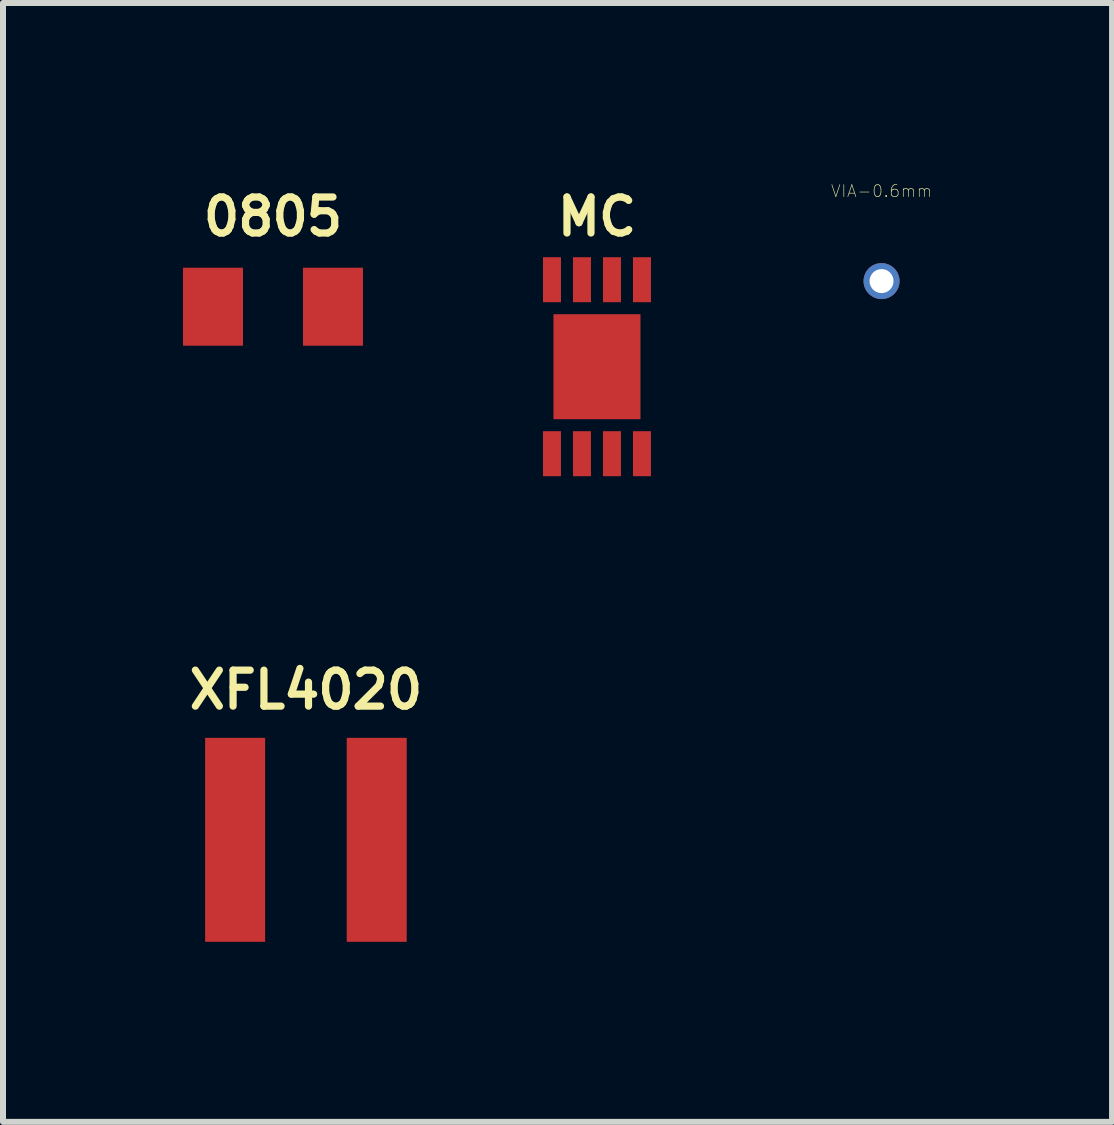
<source format=kicad_pcb>
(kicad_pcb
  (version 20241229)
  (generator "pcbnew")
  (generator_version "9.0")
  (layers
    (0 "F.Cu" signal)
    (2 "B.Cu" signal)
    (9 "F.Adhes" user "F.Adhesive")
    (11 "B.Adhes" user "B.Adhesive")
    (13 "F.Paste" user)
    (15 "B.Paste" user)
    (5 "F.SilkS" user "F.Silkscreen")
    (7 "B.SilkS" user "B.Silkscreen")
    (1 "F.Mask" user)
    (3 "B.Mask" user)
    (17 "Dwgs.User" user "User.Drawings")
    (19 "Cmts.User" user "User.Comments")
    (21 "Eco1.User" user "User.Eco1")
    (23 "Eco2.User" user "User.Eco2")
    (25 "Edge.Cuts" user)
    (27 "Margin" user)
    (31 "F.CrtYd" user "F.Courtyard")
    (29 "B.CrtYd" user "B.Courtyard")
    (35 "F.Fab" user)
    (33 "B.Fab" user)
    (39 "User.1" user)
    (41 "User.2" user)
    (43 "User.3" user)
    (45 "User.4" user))
  (footprint "MC"
    (layer "F.Cu")
    (at 6.9 3.062)
    (property "Reference" "MC" (at 0 -2.5 0) (layer "F.SilkS") (effects (font (size 0.6 0.6) (thickness 0.12))))
    (attr through_hole)
    (pad "1" smd rect (at -0.75 1.45) (size 0.3 0.75) (layers "F.Cu" "F.Mask" "F.Paste"))
    (pad "2" smd rect (at -0.25 1.45) (size 0.3 0.75) (layers "F.Cu" "F.Mask" "F.Paste"))
    (pad "3" smd rect (at 0.25 1.45) (size 0.3 0.75) (layers "F.Cu" "F.Mask" "F.Paste"))
    (pad "4" smd rect (at 0.75 1.45) (size 0.3 0.75) (layers "F.Cu" "F.Mask" "F.Paste"))
    (pad "5" smd rect (at 0.75 -1.45) (size 0.3 0.75) (layers "F.Cu" "F.Mask" "F.Paste"))
    (pad "6" smd rect (at 0.25 -1.45) (size 0.3 0.75) (layers "F.Cu" "F.Mask" "F.Paste"))
    (pad "7" smd rect (at -0.25 -1.45) (size 0.3 0.75) (layers "F.Cu" "F.Mask" "F.Paste"))
    (pad "8" smd rect (at -0.75 -1.45) (size 0.3 0.75) (layers "F.Cu" "F.Mask" "F.Paste"))
    (pad "9" smd rect (at 0 0) (size 1.45 1.75) (layers "F.Cu" "F.Mask" "F.Paste")))
  (footprint "0805"
    (layer "F.Cu")
    (at 1.5 2.062)
    (property "Reference" "0805" (at 0 -1.5 0) (layer "F.SilkS") (effects (font (size 0.6 0.6) (thickness 0.12))))
    (attr through_hole)
    (pad "1" smd rect (at -1 0) (size 1 1.3) (layers "F.Cu" "F.Mask" "F.Paste"))
    (pad "2" smd rect (at 1 0) (size 1 1.3) (layers "F.Cu" "F.Mask" "F.Paste")))
  (footprint "XFL4020"
    (layer "F.Cu")
    (at 2.049 10.948)
    (property "Reference" "XFL4020" (at 0 -2.5 0) (layer "F.SilkS") (effects (font (size 0.6 0.6) (thickness 0.12))))
    (attr through_hole)
    (pad "1" smd rect (at -1.18 0) (size 1 3.4) (layers "F.Cu" "F.Mask" "F.Paste"))
    (pad "2" smd rect (at 1.18 0) (size 1 3.4) (layers "F.Cu" "F.Mask" "F.Paste")))
  (footprint "VIA-0.6mm"
    (layer "F.Cu")
    (at 11.643 1.635)
    (property "Reference" "VIA-0.6mm" (at 0 -1.5 0) (layer "F.SilkS") (effects (font (size 0.2 0.2) (thickness 0.01))))
    (attr through_hole)
    (pad "1" thru_hole circle (at 0 0) (size 0.6 0.6) (drill 0.4) (layers "*.Cu")))
  (gr_rect
    (start -3 -3)
    (end 15.485 15.648)
    (stroke (width 0.1) (type default))
    (fill no)
    (layer "Edge.Cuts")))
</source>
